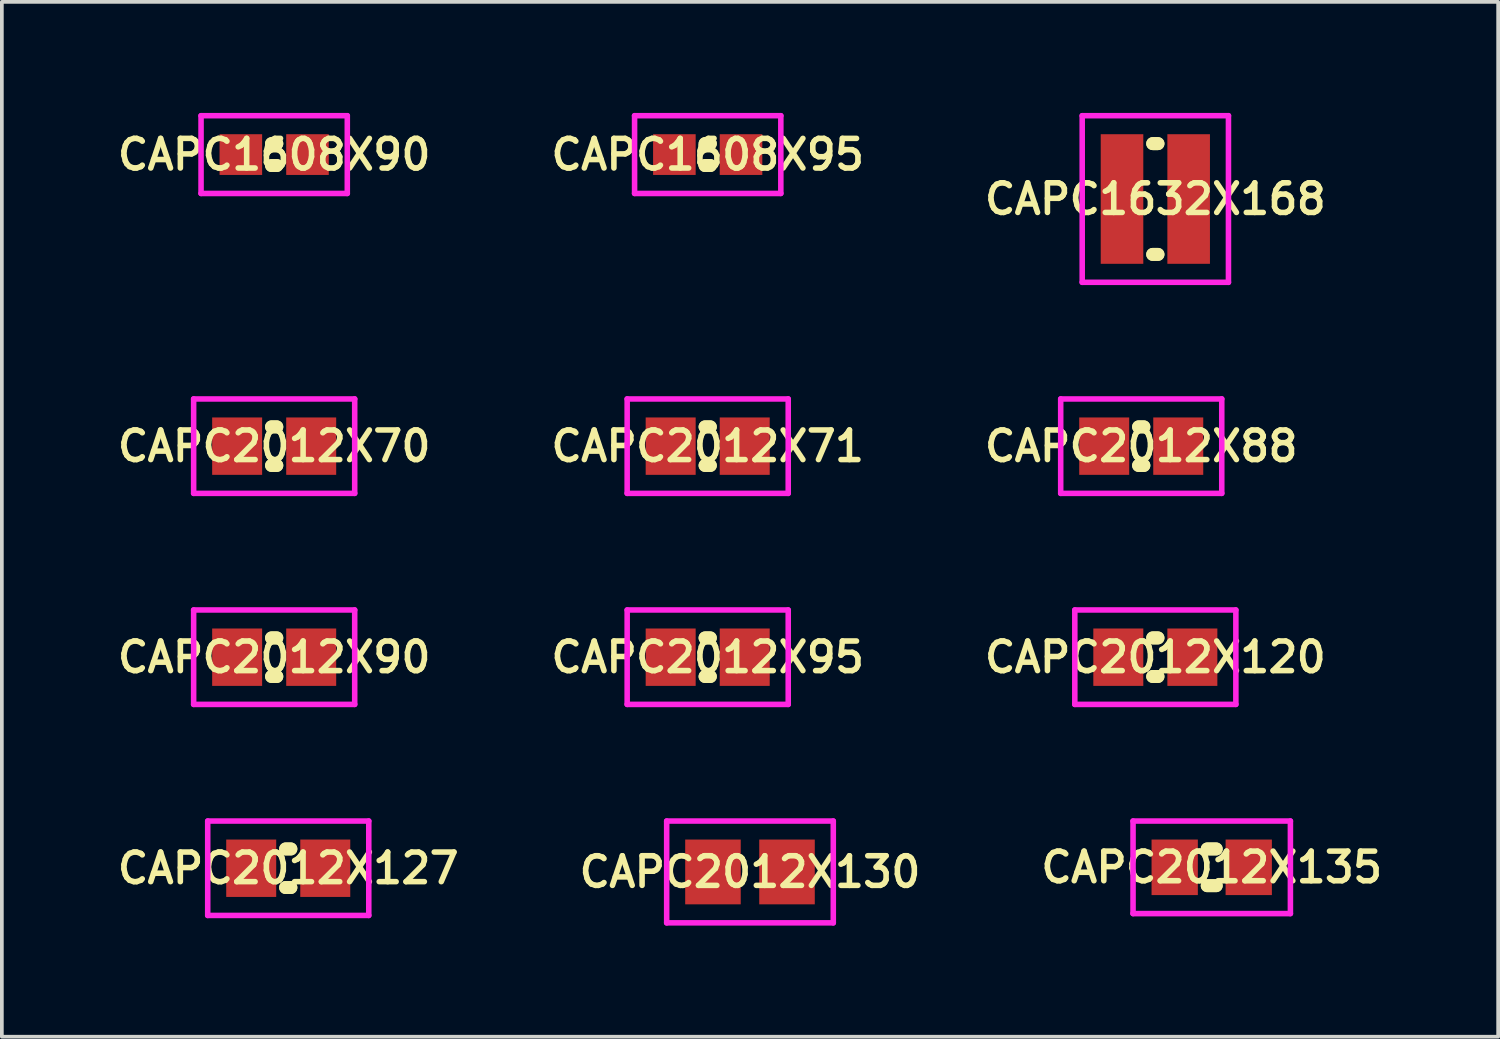
<source format=kicad_pcb>
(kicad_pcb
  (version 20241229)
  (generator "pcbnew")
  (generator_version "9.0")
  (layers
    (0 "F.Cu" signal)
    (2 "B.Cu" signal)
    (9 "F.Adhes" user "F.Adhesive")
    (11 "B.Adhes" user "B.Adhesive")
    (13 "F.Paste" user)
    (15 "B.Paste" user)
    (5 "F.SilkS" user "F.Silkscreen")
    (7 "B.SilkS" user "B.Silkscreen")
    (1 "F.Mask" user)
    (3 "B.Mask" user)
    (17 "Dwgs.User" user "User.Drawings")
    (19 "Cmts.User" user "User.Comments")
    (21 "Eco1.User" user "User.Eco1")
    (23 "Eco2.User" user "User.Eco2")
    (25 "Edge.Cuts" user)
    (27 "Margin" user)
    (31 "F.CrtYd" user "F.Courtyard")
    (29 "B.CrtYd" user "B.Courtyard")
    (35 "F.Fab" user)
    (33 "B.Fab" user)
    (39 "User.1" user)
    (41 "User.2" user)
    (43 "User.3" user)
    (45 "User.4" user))
  (footprint "CAPC1608X90"
    (layer "F.Cu")
    (at 4.355 1.125)
    (property "Reference" "CAPC1608X90" (at 0 0 0) (layer "F.SilkS") (effects (font (size 0.8 0.8) (thickness 0.15))))
    (attr smd)
    (fp_line (start -0.071 -0.296) (end 0.071 -0.296) (stroke (width 0.35) (type solid)) (layer "F.SilkS"))
    (fp_line (start -0.071 0.296) (end 0.071 0.296) (stroke (width 0.35) (type solid)) (layer "F.SilkS"))
    (fp_line (start 0.071 -0.296) (end -0.071 -0.296) (stroke (width 0.35) (type solid)) (layer "F.SilkS"))
    (fp_line (start 0.071 0.296) (end -0.071 0.296) (stroke (width 0.35) (type solid)) (layer "F.SilkS"))
    (fp_line (start -1.975 -1.05) (end 1.975 -1.05) (stroke (width 0.15) (type solid)) (layer "F.CrtYd"))
    (fp_line (start -1.975 1.05) (end -1.975 -1.05) (stroke (width 0.15) (type solid)) (layer "F.CrtYd"))
    (fp_line (start 1.975 -1.05) (end 1.975 1.05) (stroke (width 0.15) (type solid)) (layer "F.CrtYd"))
    (fp_line (start 1.975 1.05) (end -1.975 1.05) (stroke (width 0.15) (type solid)) (layer "F.CrtYd"))
    (pad "1" smd rect (at -0.9 0) (size 1.15 1.1) (layers "F.Cu" "F.Mask" "F.Paste"))
    (pad "2" smd rect (at 0.9 0) (size 1.15 1.1) (layers "F.Cu" "F.Mask" "F.Paste")))
  (footprint "CAPC2012X90"
    (layer "F.Cu")
    (at 4.355 14.7)
    (property "Reference" "CAPC2012X90" (at 0 0 0) (layer "F.SilkS") (effects (font (size 0.8 0.8) (thickness 0.15))))
    (attr smd)
    (fp_line (start -0.071 -0.521) (end 0.071 -0.521) (stroke (width 0.35) (type solid)) (layer "F.SilkS"))
    (fp_line (start -0.071 0.521) (end 0.071 0.521) (stroke (width 0.35) (type solid)) (layer "F.SilkS"))
    (fp_line (start 0.071 -0.521) (end -0.071 -0.521) (stroke (width 0.35) (type solid)) (layer "F.SilkS"))
    (fp_line (start 0.071 0.521) (end -0.071 0.521) (stroke (width 0.35) (type solid)) (layer "F.SilkS"))
    (fp_line (start -2.175 -1.275) (end 2.175 -1.275) (stroke (width 0.15) (type solid)) (layer "F.CrtYd"))
    (fp_line (start -2.175 1.275) (end -2.175 -1.275) (stroke (width 0.15) (type solid)) (layer "F.CrtYd"))
    (fp_line (start 2.175 -1.275) (end 2.175 1.275) (stroke (width 0.15) (type solid)) (layer "F.CrtYd"))
    (fp_line (start 2.175 1.275) (end -2.175 1.275) (stroke (width 0.15) (type solid)) (layer "F.CrtYd"))
    (pad "1" smd rect (at -1 0) (size 1.35 1.55) (layers "F.Cu" "F.Mask" "F.Paste"))
    (pad "2" smd rect (at 1 0) (size 1.35 1.55) (layers "F.Cu" "F.Mask" "F.Paste")))
  (footprint "CAPC2012X127"
    (layer "F.Cu")
    (at 4.735 20.4)
    (property "Reference" "CAPC2012X127" (at 0 0 0) (layer "F.SilkS") (effects (font (size 0.8 0.8) (thickness 0.15))))
    (attr smd)
    (fp_line (start -0.071 -0.521) (end 0.071 -0.521) (stroke (width 0.35) (type solid)) (layer "F.SilkS"))
    (fp_line (start -0.071 0.521) (end 0.071 0.521) (stroke (width 0.35) (type solid)) (layer "F.SilkS"))
    (fp_line (start 0.071 -0.521) (end -0.071 -0.521) (stroke (width 0.35) (type solid)) (layer "F.SilkS"))
    (fp_line (start 0.071 0.521) (end -0.071 0.521) (stroke (width 0.35) (type solid)) (layer "F.SilkS"))
    (fp_line (start -2.175 -1.275) (end 2.175 -1.275) (stroke (width 0.15) (type solid)) (layer "F.CrtYd"))
    (fp_line (start -2.175 1.275) (end -2.175 -1.275) (stroke (width 0.15) (type solid)) (layer "F.CrtYd"))
    (fp_line (start 2.175 -1.275) (end 2.175 1.275) (stroke (width 0.15) (type solid)) (layer "F.CrtYd"))
    (fp_line (start 2.175 1.275) (end -2.175 1.275) (stroke (width 0.15) (type solid)) (layer "F.CrtYd"))
    (pad "1" smd rect (at -1 0) (size 1.35 1.55) (layers "F.Cu" "F.Mask" "F.Paste"))
    (pad "2" smd rect (at 1 0) (size 1.35 1.55) (layers "F.Cu" "F.Mask" "F.Paste")))
  (footprint "CAPC2012X70"
    (layer "F.Cu")
    (at 4.355 9)
    (property "Reference" "CAPC2012X70" (at 0 0 0) (layer "F.SilkS") (effects (font (size 0.8 0.8) (thickness 0.15))))
    (attr smd)
    (fp_line (start -0.071 -0.521) (end 0.071 -0.521) (stroke (width 0.35) (type solid)) (layer "F.SilkS"))
    (fp_line (start -0.071 0.521) (end 0.071 0.521) (stroke (width 0.35) (type solid)) (layer "F.SilkS"))
    (fp_line (start 0.071 -0.521) (end -0.071 -0.521) (stroke (width 0.35) (type solid)) (layer "F.SilkS"))
    (fp_line (start 0.071 0.521) (end -0.071 0.521) (stroke (width 0.35) (type solid)) (layer "F.SilkS"))
    (fp_line (start -2.175 -1.275) (end 2.175 -1.275) (stroke (width 0.15) (type solid)) (layer "F.CrtYd"))
    (fp_line (start -2.175 1.275) (end -2.175 -1.275) (stroke (width 0.15) (type solid)) (layer "F.CrtYd"))
    (fp_line (start 2.175 -1.275) (end 2.175 1.275) (stroke (width 0.15) (type solid)) (layer "F.CrtYd"))
    (fp_line (start 2.175 1.275) (end -2.175 1.275) (stroke (width 0.15) (type solid)) (layer "F.CrtYd"))
    (pad "1" smd rect (at -1 0) (size 1.35 1.55) (layers "F.Cu" "F.Mask" "F.Paste"))
    (pad "2" smd rect (at 1 0) (size 1.35 1.55) (layers "F.Cu" "F.Mask" "F.Paste")))
  (footprint "CAPC2012X95"
    (layer "F.Cu")
    (at 16.064 14.7)
    (property "Reference" "CAPC2012X95" (at 0 0 0) (layer "F.SilkS") (effects (font (size 0.8 0.8) (thickness 0.15))))
    (attr smd)
    (fp_line (start -0.071 -0.521) (end 0.071 -0.521) (stroke (width 0.35) (type solid)) (layer "F.SilkS"))
    (fp_line (start -0.071 0.521) (end 0.071 0.521) (stroke (width 0.35) (type solid)) (layer "F.SilkS"))
    (fp_line (start 0.071 -0.521) (end -0.071 -0.521) (stroke (width 0.35) (type solid)) (layer "F.SilkS"))
    (fp_line (start 0.071 0.521) (end -0.071 0.521) (stroke (width 0.35) (type solid)) (layer "F.SilkS"))
    (fp_line (start -2.175 -1.275) (end 2.175 -1.275) (stroke (width 0.15) (type solid)) (layer "F.CrtYd"))
    (fp_line (start -2.175 1.275) (end -2.175 -1.275) (stroke (width 0.15) (type solid)) (layer "F.CrtYd"))
    (fp_line (start 2.175 -1.275) (end 2.175 1.275) (stroke (width 0.15) (type solid)) (layer "F.CrtYd"))
    (fp_line (start 2.175 1.275) (end -2.175 1.275) (stroke (width 0.15) (type solid)) (layer "F.CrtYd"))
    (pad "1" smd rect (at -1 0) (size 1.35 1.55) (layers "F.Cu" "F.Mask" "F.Paste"))
    (pad "2" smd rect (at 1 0) (size 1.35 1.55) (layers "F.Cu" "F.Mask" "F.Paste")))
  (footprint "CAPC1608X95"
    (layer "F.Cu")
    (at 16.064 1.125)
    (property "Reference" "CAPC1608X95" (at 0 0 0) (layer "F.SilkS") (effects (font (size 0.8 0.8) (thickness 0.15))))
    (attr smd)
    (fp_line (start -0.071 -0.296) (end 0.071 -0.296) (stroke (width 0.35) (type solid)) (layer "F.SilkS"))
    (fp_line (start -0.071 0.296) (end 0.071 0.296) (stroke (width 0.35) (type solid)) (layer "F.SilkS"))
    (fp_line (start 0.071 -0.296) (end -0.071 -0.296) (stroke (width 0.35) (type solid)) (layer "F.SilkS"))
    (fp_line (start 0.071 0.296) (end -0.071 0.296) (stroke (width 0.35) (type solid)) (layer "F.SilkS"))
    (fp_line (start -1.975 -1.05) (end 1.975 -1.05) (stroke (width 0.15) (type solid)) (layer "F.CrtYd"))
    (fp_line (start -1.975 1.05) (end -1.975 -1.05) (stroke (width 0.15) (type solid)) (layer "F.CrtYd"))
    (fp_line (start 1.975 -1.05) (end 1.975 1.05) (stroke (width 0.15) (type solid)) (layer "F.CrtYd"))
    (fp_line (start 1.975 1.05) (end -1.975 1.05) (stroke (width 0.15) (type solid)) (layer "F.CrtYd"))
    (pad "1" smd rect (at -0.9 0) (size 1.15 1.1) (layers "F.Cu" "F.Mask" "F.Paste"))
    (pad "2" smd rect (at 0.9 0) (size 1.15 1.1) (layers "F.Cu" "F.Mask" "F.Paste")))
  (footprint "CAPC2012X88"
    (layer "F.Cu")
    (at 27.773 9)
    (property "Reference" "CAPC2012X88" (at 0 0 0) (layer "F.SilkS") (effects (font (size 0.8 0.8) (thickness 0.15))))
    (attr smd)
    (fp_line (start -0.071 -0.521) (end 0.071 -0.521) (stroke (width 0.35) (type solid)) (layer "F.SilkS"))
    (fp_line (start -0.071 0.521) (end 0.071 0.521) (stroke (width 0.35) (type solid)) (layer "F.SilkS"))
    (fp_line (start 0.071 -0.521) (end -0.071 -0.521) (stroke (width 0.35) (type solid)) (layer "F.SilkS"))
    (fp_line (start 0.071 0.521) (end -0.071 0.521) (stroke (width 0.35) (type solid)) (layer "F.SilkS"))
    (fp_line (start -2.175 -1.275) (end 2.175 -1.275) (stroke (width 0.15) (type solid)) (layer "F.CrtYd"))
    (fp_line (start -2.175 1.275) (end -2.175 -1.275) (stroke (width 0.15) (type solid)) (layer "F.CrtYd"))
    (fp_line (start 2.175 -1.275) (end 2.175 1.275) (stroke (width 0.15) (type solid)) (layer "F.CrtYd"))
    (fp_line (start 2.175 1.275) (end -2.175 1.275) (stroke (width 0.15) (type solid)) (layer "F.CrtYd"))
    (pad "1" smd rect (at -1 0) (size 1.35 1.55) (layers "F.Cu" "F.Mask" "F.Paste"))
    (pad "2" smd rect (at 1 0) (size 1.35 1.55) (layers "F.Cu" "F.Mask" "F.Paste")))
  (footprint "CAPC1632X168"
    (layer "F.Cu")
    (at 28.154 2.325)
    (property "Reference" "CAPC1632X168" (at 0 0 0) (layer "F.SilkS") (effects (font (size 0.8 0.8) (thickness 0.15))))
    (attr smd)
    (fp_line (start -0.071 -1.496) (end 0.071 -1.496) (stroke (width 0.35) (type solid)) (layer "F.SilkS"))
    (fp_line (start -0.071 1.496) (end 0.071 1.496) (stroke (width 0.35) (type solid)) (layer "F.SilkS"))
    (fp_line (start 0.071 -1.496) (end -0.071 -1.496) (stroke (width 0.35) (type solid)) (layer "F.SilkS"))
    (fp_line (start 0.071 1.496) (end -0.071 1.496) (stroke (width 0.35) (type solid)) (layer "F.SilkS"))
    (fp_line (start -1.975 -2.25) (end 1.975 -2.25) (stroke (width 0.15) (type solid)) (layer "F.CrtYd"))
    (fp_line (start -1.975 2.25) (end -1.975 -2.25) (stroke (width 0.15) (type solid)) (layer "F.CrtYd"))
    (fp_line (start 1.975 -2.25) (end 1.975 2.25) (stroke (width 0.15) (type solid)) (layer "F.CrtYd"))
    (fp_line (start 1.975 2.25) (end -1.975 2.25) (stroke (width 0.15) (type solid)) (layer "F.CrtYd"))
    (pad "1" smd rect (at -0.9 0) (size 1.15 3.5) (layers "F.Cu" "F.Mask" "F.Paste"))
    (pad "2" smd rect (at 0.9 0) (size 1.15 3.5) (layers "F.Cu" "F.Mask" "F.Paste")))
  (footprint "CAPC2012X135"
    (layer "F.Cu")
    (at 29.677 20.375)
    (property "Reference" "CAPC2012X135" (at 0 0 0) (layer "F.SilkS") (effects (font (size 0.8 0.8) (thickness 0.15))))
    (attr through_hole)
    (fp_line (start -0.121 -0.496) (end 0.121 -0.496) (stroke (width 0.35) (type solid)) (layer "F.SilkS"))
    (fp_line (start -0.121 0.496) (end 0.121 0.496) (stroke (width 0.35) (type solid)) (layer "F.SilkS"))
    (fp_line (start 0.121 -0.496) (end -0.121 -0.496) (stroke (width 0.35) (type solid)) (layer "F.SilkS"))
    (fp_line (start 0.121 0.496) (end -0.121 0.496) (stroke (width 0.35) (type solid)) (layer "F.SilkS"))
    (fp_line (start -2.125 -1.25) (end 2.125 -1.25) (stroke (width 0.15) (type solid)) (layer "F.CrtYd"))
    (fp_line (start -2.125 1.25) (end -2.125 -1.25) (stroke (width 0.15) (type solid)) (layer "F.CrtYd"))
    (fp_line (start 2.125 -1.25) (end 2.125 1.25) (stroke (width 0.15) (type solid)) (layer "F.CrtYd"))
    (fp_line (start 2.125 1.25) (end -2.125 1.25) (stroke (width 0.15) (type solid)) (layer "F.CrtYd"))
    (pad "1" smd rect (at -1 0) (size 1.25 1.5) (layers "F.Cu" "F.Mask" "F.Paste"))
    (pad "2" smd rect (at 1 0) (size 1.25 1.5) (layers "F.Cu" "F.Mask" "F.Paste")))
  (footprint "CAPC2012X120"
    (layer "F.Cu")
    (at 28.154 14.7)
    (property "Reference" "CAPC2012X120" (at 0 0 0) (layer "F.SilkS") (effects (font (size 0.8 0.8) (thickness 0.15))))
    (attr through_hole)
    (fp_line (start -0.071 -0.521) (end 0.071 -0.521) (stroke (width 0.35) (type solid)) (layer "F.SilkS"))
    (fp_line (start -0.071 0.521) (end 0.071 0.521) (stroke (width 0.35) (type solid)) (layer "F.SilkS"))
    (fp_line (start 0.071 -0.521) (end -0.071 -0.521) (stroke (width 0.35) (type solid)) (layer "F.SilkS"))
    (fp_line (start 0.071 0.521) (end -0.071 0.521) (stroke (width 0.35) (type solid)) (layer "F.SilkS"))
    (fp_line (start -2.175 -1.275) (end 2.175 -1.275) (stroke (width 0.15) (type solid)) (layer "F.CrtYd"))
    (fp_line (start -2.175 1.275) (end -2.175 -1.275) (stroke (width 0.15) (type solid)) (layer "F.CrtYd"))
    (fp_line (start 2.175 -1.275) (end 2.175 1.275) (stroke (width 0.15) (type solid)) (layer "F.CrtYd"))
    (fp_line (start 2.175 1.275) (end -2.175 1.275) (stroke (width 0.15) (type solid)) (layer "F.CrtYd"))
    (pad "1" smd rect (at -1 0) (size 1.35 1.55) (layers "F.Cu" "F.Mask" "F.Paste"))
    (pad "2" smd rect (at 1 0) (size 1.35 1.55) (layers "F.Cu" "F.Mask" "F.Paste")))
  (footprint "CAPC2012X130"
    (layer "F.Cu")
    (at 17.206 20.5)
    (property "Reference" "CAPC2012X130" (at 0 0 0) (layer "F.SilkS") (effects (font (size 0.8 0.8) (thickness 0.15))))
    (attr smd)
    (fp_line (start -2.25 -1.375) (end 2.25 -1.375) (stroke (width 0.15) (type solid)) (layer "F.CrtYd"))
    (fp_line (start -2.25 1.375) (end -2.25 -1.375) (stroke (width 0.15) (type solid)) (layer "F.CrtYd"))
    (fp_line (start 2.25 -1.375) (end 2.25 1.375) (stroke (width 0.15) (type solid)) (layer "F.CrtYd"))
    (fp_line (start 2.25 1.375) (end -2.25 1.375) (stroke (width 0.15) (type solid)) (layer "F.CrtYd"))
    (pad "1" smd rect (at -1 0) (size 1.5 1.75) (layers "F.Cu" "F.Mask" "F.Paste"))
    (pad "2" smd rect (at 1 0) (size 1.5 1.75) (layers "F.Cu" "F.Mask" "F.Paste")))
  (footprint "CAPC2012X71"
    (layer "F.Cu")
    (at 16.064 9)
    (property "Reference" "CAPC2012X71" (at 0 0 0) (layer "F.SilkS") (effects (font (size 0.8 0.8) (thickness 0.15))))
    (attr smd)
    (fp_line (start -0.071 -0.521) (end 0.071 -0.521) (stroke (width 0.35) (type solid)) (layer "F.SilkS"))
    (fp_line (start -0.071 0.521) (end 0.071 0.521) (stroke (width 0.35) (type solid)) (layer "F.SilkS"))
    (fp_line (start 0.071 -0.521) (end -0.071 -0.521) (stroke (width 0.35) (type solid)) (layer "F.SilkS"))
    (fp_line (start 0.071 0.521) (end -0.071 0.521) (stroke (width 0.35) (type solid)) (layer "F.SilkS"))
    (fp_line (start -2.175 -1.275) (end 2.175 -1.275) (stroke (width 0.15) (type solid)) (layer "F.CrtYd"))
    (fp_line (start -2.175 1.275) (end -2.175 -1.275) (stroke (width 0.15) (type solid)) (layer "F.CrtYd"))
    (fp_line (start 2.175 -1.275) (end 2.175 1.275) (stroke (width 0.15) (type solid)) (layer "F.CrtYd"))
    (fp_line (start 2.175 1.275) (end -2.175 1.275) (stroke (width 0.15) (type solid)) (layer "F.CrtYd"))
    (pad "1" smd rect (at -1 0) (size 1.35 1.55) (layers "F.Cu" "F.Mask" "F.Paste"))
    (pad "2" smd rect (at 1 0) (size 1.35 1.55) (layers "F.Cu" "F.Mask" "F.Paste")))
  (gr_rect
    (start -3 -3)
    (end 37.413 24.95)
    (stroke (width 0.1) (type default))
    (fill no)
    (layer "Edge.Cuts")))
</source>
